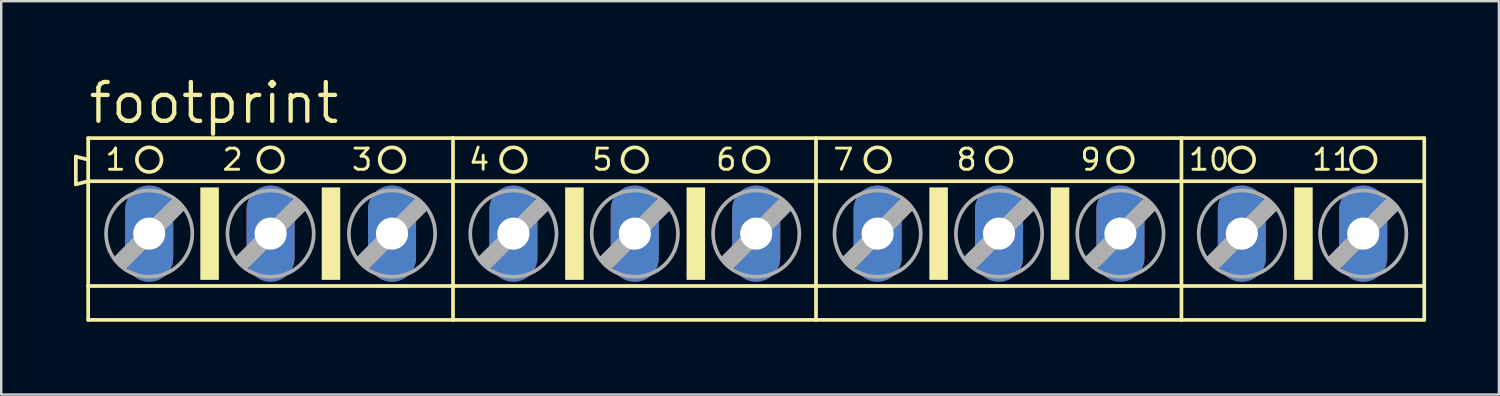
<source format=kicad_pcb>
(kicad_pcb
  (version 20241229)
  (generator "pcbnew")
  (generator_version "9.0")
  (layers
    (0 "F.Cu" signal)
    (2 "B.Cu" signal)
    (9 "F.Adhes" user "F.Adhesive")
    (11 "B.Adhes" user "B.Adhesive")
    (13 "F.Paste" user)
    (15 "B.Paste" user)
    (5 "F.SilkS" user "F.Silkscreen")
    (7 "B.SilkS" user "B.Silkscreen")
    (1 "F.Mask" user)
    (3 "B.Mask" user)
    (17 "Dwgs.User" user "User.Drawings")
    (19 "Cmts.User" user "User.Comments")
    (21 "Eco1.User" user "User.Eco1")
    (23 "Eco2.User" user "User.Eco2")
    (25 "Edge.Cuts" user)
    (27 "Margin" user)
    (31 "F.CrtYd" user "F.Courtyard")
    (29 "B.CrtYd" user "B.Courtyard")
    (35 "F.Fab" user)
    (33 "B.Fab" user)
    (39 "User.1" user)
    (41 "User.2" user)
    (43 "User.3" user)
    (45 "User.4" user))
  (footprint "footprint"
    (layer "F.Cu")
    (at 28.118 6.579)
    (property "Reference" "footprint" (at -27.61 -4.445 0) (layer "F.SilkS") (effects (font (size 1.6 1.6) (thickness 0.178)) (justify left bottom)))
    (fp_line (start -28.042 -3.175) (end -28.042 -2.032) (stroke (width 0.152) (type solid)) (layer "F.SilkS"))
    (fp_line (start -28.042 -2.032) (end -27.534 -2.159) (stroke (width 0.152) (type solid)) (layer "F.SilkS"))
    (fp_line (start -27.534 -3.048) (end -28.042 -3.175) (stroke (width 0.152) (type solid)) (layer "F.SilkS"))
    (fp_line (start -27.534 -3.048) (end -27.534 -3.937) (stroke (width 0.152) (type solid)) (layer "F.SilkS"))
    (fp_line (start -27.534 -2.159) (end -27.534 -3.048) (stroke (width 0.152) (type solid)) (layer "F.SilkS"))
    (fp_line (start -27.534 -2.159) (end -12.497 -2.159) (stroke (width 0.152) (type solid)) (layer "F.SilkS"))
    (fp_line (start -27.534 2.159) (end -27.534 -2.159) (stroke (width 0.152) (type solid)) (layer "F.SilkS"))
    (fp_line (start -27.534 2.159) (end -12.497 2.159) (stroke (width 0.152) (type solid)) (layer "F.SilkS"))
    (fp_line (start -27.534 3.556) (end -27.534 2.159) (stroke (width 0.152) (type solid)) (layer "F.SilkS"))
    (fp_line (start -27.534 3.556) (end -12.497 3.556) (stroke (width 0.152) (type solid)) (layer "F.SilkS"))
    (fp_line (start -12.497 -3.937) (end -27.534 -3.937) (stroke (width 0.152) (type solid)) (layer "F.SilkS"))
    (fp_line (start -12.497 -2.159) (end -12.497 -3.937) (stroke (width 0.152) (type solid)) (layer "F.SilkS"))
    (fp_line (start -12.497 -2.159) (end 2.464 -2.159) (stroke (width 0.152) (type solid)) (layer "F.SilkS"))
    (fp_line (start -12.497 2.159) (end -12.497 -2.159) (stroke (width 0.152) (type solid)) (layer "F.SilkS"))
    (fp_line (start -12.497 2.159) (end 2.464 2.159) (stroke (width 0.152) (type solid)) (layer "F.SilkS"))
    (fp_line (start -12.497 3.556) (end -12.497 2.159) (stroke (width 0.152) (type solid)) (layer "F.SilkS"))
    (fp_line (start -12.497 3.556) (end 2.464 3.556) (stroke (width 0.152) (type solid)) (layer "F.SilkS"))
    (fp_line (start 2.464 -3.937) (end -12.497 -3.937) (stroke (width 0.152) (type solid)) (layer "F.SilkS"))
    (fp_line (start 2.464 -2.159) (end 2.464 -3.937) (stroke (width 0.152) (type solid)) (layer "F.SilkS"))
    (fp_line (start 2.464 -2.159) (end 17.526 -2.159) (stroke (width 0.152) (type solid)) (layer "F.SilkS"))
    (fp_line (start 2.464 2.159) (end 2.464 -2.159) (stroke (width 0.152) (type solid)) (layer "F.SilkS"))
    (fp_line (start 2.464 2.159) (end 17.526 2.159) (stroke (width 0.152) (type solid)) (layer "F.SilkS"))
    (fp_line (start 2.464 3.556) (end 2.464 2.159) (stroke (width 0.152) (type solid)) (layer "F.SilkS"))
    (fp_line (start 2.464 3.556) (end 17.526 3.556) (stroke (width 0.152) (type solid)) (layer "F.SilkS"))
    (fp_line (start 17.526 -3.937) (end 2.464 -3.937) (stroke (width 0.152) (type solid)) (layer "F.SilkS"))
    (fp_line (start 17.526 -2.159) (end 17.526 -3.937) (stroke (width 0.152) (type solid)) (layer "F.SilkS"))
    (fp_line (start 17.526 -2.159) (end 27.534 -2.159) (stroke (width 0.152) (type solid)) (layer "F.SilkS"))
    (fp_line (start 17.526 2.159) (end 17.526 -2.159) (stroke (width 0.152) (type solid)) (layer "F.SilkS"))
    (fp_line (start 17.526 2.159) (end 27.534 2.159) (stroke (width 0.152) (type solid)) (layer "F.SilkS"))
    (fp_line (start 17.526 3.556) (end 17.526 2.159) (stroke (width 0.152) (type solid)) (layer "F.SilkS"))
    (fp_line (start 17.526 3.556) (end 27.534 3.556) (stroke (width 0.152) (type solid)) (layer "F.SilkS"))
    (fp_line (start 27.534 -3.937) (end 17.526 -3.937) (stroke (width 0.152) (type solid)) (layer "F.SilkS"))
    (fp_line (start 27.534 -3.937) (end 27.534 -2.159) (stroke (width 0.152) (type solid)) (layer "F.SilkS"))
    (fp_line (start 27.534 -2.159) (end 27.534 2.159) (stroke (width 0.152) (type solid)) (layer "F.SilkS"))
    (fp_line (start 27.534 2.159) (end 27.534 3.556) (stroke (width 0.152) (type solid)) (layer "F.SilkS"))
    (fp_circle (center -25.019 -3.048) (end -24.511 -3.048) (stroke (width 0.152) (type solid)) (fill no) (layer "F.SilkS"))
    (fp_circle (center -20.015 -3.048) (end -19.507 -3.048) (stroke (width 0.152) (type solid)) (fill no) (layer "F.SilkS"))
    (fp_circle (center -15.011 -3.048) (end -14.503 -3.048) (stroke (width 0.152) (type solid)) (fill no) (layer "F.SilkS"))
    (fp_circle (center -10.008 -3.048) (end -9.5 -3.048) (stroke (width 0.152) (type solid)) (fill no) (layer "F.SilkS"))
    (fp_circle (center -5.004 -3.048) (end -4.496 -3.048) (stroke (width 0.152) (type solid)) (fill no) (layer "F.SilkS"))
    (fp_circle (center 0 -3.048) (end 0.508 -3.048) (stroke (width 0.152) (type solid)) (fill no) (layer "F.SilkS"))
    (fp_circle (center 5.004 -3.048) (end 5.512 -3.048) (stroke (width 0.152) (type solid)) (fill no) (layer "F.SilkS"))
    (fp_circle (center 10.008 -3.048) (end 10.516 -3.048) (stroke (width 0.152) (type solid)) (fill no) (layer "F.SilkS"))
    (fp_circle (center 15.011 -3.048) (end 15.519 -3.048) (stroke (width 0.152) (type solid)) (fill no) (layer "F.SilkS"))
    (fp_circle (center 20.015 -3.048) (end 20.523 -3.048) (stroke (width 0.152) (type solid)) (fill no) (layer "F.SilkS"))
    (fp_circle (center 25.019 -3.048) (end 25.527 -3.048) (stroke (width 0.152) (type solid)) (fill no) (layer "F.SilkS"))
    (fp_poly (pts (xy -22.911 1.905) (xy -22.149 1.905) (xy -22.149 -1.905) (xy -22.911 -1.905)) (stroke (width 0) (type solid)) (fill yes) (layer "F.SilkS"))
    (fp_poly (pts (xy -17.907 1.905) (xy -17.145 1.905) (xy -17.145 -1.905) (xy -17.907 -1.905)) (stroke (width 0) (type solid)) (fill yes) (layer "F.SilkS"))
    (fp_poly (pts (xy -7.874 1.905) (xy -7.112 1.905) (xy -7.112 -1.905) (xy -7.874 -1.905)) (stroke (width 0) (type solid)) (fill yes) (layer "F.SilkS"))
    (fp_poly (pts (xy -2.87 1.905) (xy -2.108 1.905) (xy -2.108 -1.905) (xy -2.87 -1.905)) (stroke (width 0) (type solid)) (fill yes) (layer "F.SilkS"))
    (fp_poly (pts (xy 7.137 1.905) (xy 7.899 1.905) (xy 7.899 -1.905) (xy 7.137 -1.905)) (stroke (width 0) (type solid)) (fill yes) (layer "F.SilkS"))
    (fp_poly (pts (xy 12.141 1.905) (xy 12.903 1.905) (xy 12.903 -1.905) (xy 12.141 -1.905)) (stroke (width 0) (type solid)) (fill yes) (layer "F.SilkS"))
    (fp_poly (pts (xy 22.174 1.905) (xy 22.936 1.905) (xy 22.936 -1.905) (xy 22.174 -1.905)) (stroke (width 0) (type solid)) (fill yes) (layer "F.SilkS"))
    (fp_line (start -26.416 1.016) (end -26.035 1.397) (stroke (width 0.152) (type solid)) (layer "F.Fab"))
    (fp_line (start -26.416 1.016) (end -24.003 -1.397) (stroke (width 0.152) (type solid)) (layer "F.Fab"))
    (fp_line (start -26.035 1.016) (end -24.003 -1.016) (stroke (width 0.61) (type solid)) (layer "F.Fab"))
    (fp_line (start -26.035 1.397) (end -23.622 -1.016) (stroke (width 0.152) (type solid)) (layer "F.Fab"))
    (fp_line (start -24.003 -1.397) (end -23.622 -1.016) (stroke (width 0.152) (type solid)) (layer "F.Fab"))
    (fp_line (start -21.412 1.016) (end -21.031 1.397) (stroke (width 0.152) (type solid)) (layer "F.Fab"))
    (fp_line (start -21.412 1.016) (end -18.999 -1.397) (stroke (width 0.152) (type solid)) (layer "F.Fab"))
    (fp_line (start -21.031 1.016) (end -18.999 -1.016) (stroke (width 0.61) (type solid)) (layer "F.Fab"))
    (fp_line (start -21.031 1.397) (end -18.618 -1.016) (stroke (width 0.152) (type solid)) (layer "F.Fab"))
    (fp_line (start -18.999 -1.397) (end -18.618 -1.016) (stroke (width 0.152) (type solid)) (layer "F.Fab"))
    (fp_line (start -16.408 1.016) (end -16.027 1.397) (stroke (width 0.152) (type solid)) (layer "F.Fab"))
    (fp_line (start -16.408 1.016) (end -13.995 -1.397) (stroke (width 0.152) (type solid)) (layer "F.Fab"))
    (fp_line (start -16.027 1.016) (end -13.995 -1.016) (stroke (width 0.61) (type solid)) (layer "F.Fab"))
    (fp_line (start -16.027 1.397) (end -13.614 -1.016) (stroke (width 0.152) (type solid)) (layer "F.Fab"))
    (fp_line (start -13.995 -1.397) (end -13.614 -1.016) (stroke (width 0.152) (type solid)) (layer "F.Fab"))
    (fp_line (start -11.405 1.016) (end -11.024 1.397) (stroke (width 0.152) (type solid)) (layer "F.Fab"))
    (fp_line (start -11.405 1.016) (end -8.992 -1.397) (stroke (width 0.152) (type solid)) (layer "F.Fab"))
    (fp_line (start -11.024 1.016) (end -8.992 -1.016) (stroke (width 0.61) (type solid)) (layer "F.Fab"))
    (fp_line (start -11.024 1.397) (end -8.611 -1.016) (stroke (width 0.152) (type solid)) (layer "F.Fab"))
    (fp_line (start -8.992 -1.397) (end -8.611 -1.016) (stroke (width 0.152) (type solid)) (layer "F.Fab"))
    (fp_line (start -6.401 1.016) (end -6.02 1.397) (stroke (width 0.152) (type solid)) (layer "F.Fab"))
    (fp_line (start -6.401 1.016) (end -3.988 -1.397) (stroke (width 0.152) (type solid)) (layer "F.Fab"))
    (fp_line (start -6.02 1.016) (end -3.988 -1.016) (stroke (width 0.61) (type solid)) (layer "F.Fab"))
    (fp_line (start -6.02 1.397) (end -3.607 -1.016) (stroke (width 0.152) (type solid)) (layer "F.Fab"))
    (fp_line (start -3.988 -1.397) (end -3.607 -1.016) (stroke (width 0.152) (type solid)) (layer "F.Fab"))
    (fp_line (start -1.397 1.016) (end -1.016 1.397) (stroke (width 0.152) (type solid)) (layer "F.Fab"))
    (fp_line (start -1.397 1.016) (end 1.016 -1.397) (stroke (width 0.152) (type solid)) (layer "F.Fab"))
    (fp_line (start -1.016 1.016) (end 1.016 -1.016) (stroke (width 0.61) (type solid)) (layer "F.Fab"))
    (fp_line (start -1.016 1.397) (end 1.397 -1.016) (stroke (width 0.152) (type solid)) (layer "F.Fab"))
    (fp_line (start 1.016 -1.397) (end 1.397 -1.016) (stroke (width 0.152) (type solid)) (layer "F.Fab"))
    (fp_line (start 3.607 1.016) (end 3.988 1.397) (stroke (width 0.152) (type solid)) (layer "F.Fab"))
    (fp_line (start 3.607 1.016) (end 6.02 -1.397) (stroke (width 0.152) (type solid)) (layer "F.Fab"))
    (fp_line (start 3.988 1.016) (end 6.02 -1.016) (stroke (width 0.61) (type solid)) (layer "F.Fab"))
    (fp_line (start 3.988 1.397) (end 6.401 -1.016) (stroke (width 0.152) (type solid)) (layer "F.Fab"))
    (fp_line (start 6.02 -1.397) (end 6.401 -1.016) (stroke (width 0.152) (type solid)) (layer "F.Fab"))
    (fp_line (start 8.611 1.016) (end 8.992 1.397) (stroke (width 0.152) (type solid)) (layer "F.Fab"))
    (fp_line (start 8.611 1.016) (end 11.024 -1.397) (stroke (width 0.152) (type solid)) (layer "F.Fab"))
    (fp_line (start 8.992 1.016) (end 11.024 -1.016) (stroke (width 0.61) (type solid)) (layer "F.Fab"))
    (fp_line (start 8.992 1.397) (end 11.405 -1.016) (stroke (width 0.152) (type solid)) (layer "F.Fab"))
    (fp_line (start 11.024 -1.397) (end 11.405 -1.016) (stroke (width 0.152) (type solid)) (layer "F.Fab"))
    (fp_line (start 13.614 1.016) (end 13.995 1.397) (stroke (width 0.152) (type solid)) (layer "F.Fab"))
    (fp_line (start 13.614 1.016) (end 16.027 -1.397) (stroke (width 0.152) (type solid)) (layer "F.Fab"))
    (fp_line (start 13.995 1.016) (end 16.027 -1.016) (stroke (width 0.61) (type solid)) (layer "F.Fab"))
    (fp_line (start 13.995 1.397) (end 16.408 -1.016) (stroke (width 0.152) (type solid)) (layer "F.Fab"))
    (fp_line (start 16.027 -1.397) (end 16.408 -1.016) (stroke (width 0.152) (type solid)) (layer "F.Fab"))
    (fp_line (start 18.618 1.016) (end 18.999 1.397) (stroke (width 0.152) (type solid)) (layer "F.Fab"))
    (fp_line (start 18.618 1.016) (end 21.031 -1.397) (stroke (width 0.152) (type solid)) (layer "F.Fab"))
    (fp_line (start 18.999 1.016) (end 21.031 -1.016) (stroke (width 0.61) (type solid)) (layer "F.Fab"))
    (fp_line (start 18.999 1.397) (end 21.412 -1.016) (stroke (width 0.152) (type solid)) (layer "F.Fab"))
    (fp_line (start 21.031 -1.397) (end 21.412 -1.016) (stroke (width 0.152) (type solid)) (layer "F.Fab"))
    (fp_line (start 23.622 1.016) (end 24.003 1.397) (stroke (width 0.152) (type solid)) (layer "F.Fab"))
    (fp_line (start 23.622 1.016) (end 26.035 -1.397) (stroke (width 0.152) (type solid)) (layer "F.Fab"))
    (fp_line (start 24.003 1.016) (end 26.035 -1.016) (stroke (width 0.61) (type solid)) (layer "F.Fab"))
    (fp_line (start 24.003 1.397) (end 26.416 -1.016) (stroke (width 0.152) (type solid)) (layer "F.Fab"))
    (fp_line (start 26.035 -1.397) (end 26.416 -1.016) (stroke (width 0.152) (type solid)) (layer "F.Fab"))
    (fp_circle (center -25.019 0) (end -23.241 0) (stroke (width 0.152) (type solid)) (fill no) (layer "F.Fab"))
    (fp_circle (center -20.015 0) (end -18.237 0) (stroke (width 0.152) (type solid)) (fill no) (layer "F.Fab"))
    (fp_circle (center -15.011 0) (end -13.233 0) (stroke (width 0.152) (type solid)) (fill no) (layer "F.Fab"))
    (fp_circle (center -10.008 0) (end -8.23 0) (stroke (width 0.152) (type solid)) (fill no) (layer "F.Fab"))
    (fp_circle (center -5.004 0) (end -3.226 0) (stroke (width 0.152) (type solid)) (fill no) (layer "F.Fab"))
    (fp_circle (center 0 0) (end 1.778 0) (stroke (width 0.152) (type solid)) (fill no) (layer "F.Fab"))
    (fp_circle (center 5.004 0) (end 6.782 0) (stroke (width 0.152) (type solid)) (fill no) (layer "F.Fab"))
    (fp_circle (center 10.008 0) (end 11.786 0) (stroke (width 0.152) (type solid)) (fill no) (layer "F.Fab"))
    (fp_circle (center 15.011 0) (end 16.789 0) (stroke (width 0.152) (type solid)) (fill no) (layer "F.Fab"))
    (fp_circle (center 20.015 0) (end 21.793 0) (stroke (width 0.152) (type solid)) (fill no) (layer "F.Fab"))
    (fp_circle (center 25.019 0) (end 26.797 0) (stroke (width 0.152) (type solid)) (fill no) (layer "F.Fab"))
    (fp_text user "2" (at -22.073 -2.54 0) (layer "F.SilkS") (effects (font (size 0.872 0.872) (thickness 0.119)) (justify left bottom)))
    (fp_text user "3" (at -16.739 -2.54 0) (layer "F.SilkS") (effects (font (size 0.872 0.872) (thickness 0.119)) (justify left bottom)))
    (fp_text user "5" (at -6.833 -2.54 0) (layer "F.SilkS") (effects (font (size 0.872 0.872) (thickness 0.119)) (justify left bottom)))
    (fp_text user "9" (at 13.284 -2.54 0) (layer "F.SilkS") (effects (font (size 0.872 0.872) (thickness 0.119)) (justify left bottom)))
    (fp_text user "10" (at 17.755 -2.54 0) (layer "F.SilkS") (effects (font (size 0.872 0.872) (thickness 0.119)) (justify left bottom)))
    (fp_text user "7" (at 3.099 -2.54 0) (layer "F.SilkS") (effects (font (size 0.872 0.872) (thickness 0.119)) (justify left bottom)))
    (fp_text user "4" (at -11.913 -2.54 0) (layer "F.SilkS") (effects (font (size 0.872 0.872) (thickness 0.119)) (justify left bottom)))
    (fp_text user "11" (at 22.835 -2.54 0) (layer "F.SilkS") (effects (font (size 0.872 0.872) (thickness 0.119)) (justify left bottom)))
    (fp_text user "1" (at -26.899 -2.54 0) (layer "F.SilkS") (effects (font (size 0.872 0.872) (thickness 0.119)) (justify left bottom)))
    (fp_text user "8" (at 8.179 -2.54 0) (layer "F.SilkS") (effects (font (size 0.872 0.872) (thickness 0.119)) (justify left bottom)))
    (fp_text user "6" (at -1.727 -2.54 0) (layer "F.SilkS") (effects (font (size 0.872 0.872) (thickness 0.119)) (justify left bottom)))
    (pad "1" thru_hole oval (at -25.019 0 90) (size 3.962 1.981) (drill 1.321) (layers "*.Cu" "*.Mask"))
    (pad "2" thru_hole oval (at -20.015 0 90) (size 3.962 1.981) (drill 1.321) (layers "*.Cu" "*.Mask"))
    (pad "3" thru_hole oval (at -15.011 0 90) (size 3.962 1.981) (drill 1.321) (layers "*.Cu" "*.Mask"))
    (pad "4" thru_hole oval (at -10.008 0 90) (size 3.962 1.981) (drill 1.321) (layers "*.Cu" "*.Mask"))
    (pad "5" thru_hole oval (at -5.004 0 90) (size 3.962 1.981) (drill 1.321) (layers "*.Cu" "*.Mask"))
    (pad "6" thru_hole oval (at 0 0 90) (size 3.962 1.981) (drill 1.321) (layers "*.Cu" "*.Mask"))
    (pad "7" thru_hole oval (at 5.004 0 90) (size 3.962 1.981) (drill 1.321) (layers "*.Cu" "*.Mask"))
    (pad "8" thru_hole oval (at 10.008 0 90) (size 3.962 1.981) (drill 1.321) (layers "*.Cu" "*.Mask"))
    (pad "9" thru_hole oval (at 15.011 0 90) (size 3.962 1.981) (drill 1.321) (layers "*.Cu" "*.Mask"))
    (pad "10" thru_hole oval (at 20.015 0 90) (size 3.962 1.981) (drill 1.321) (layers "*.Cu" "*.Mask"))
    (pad "11" thru_hole oval (at 25.019 0 90) (size 3.962 1.981) (drill 1.321) (layers "*.Cu" "*.Mask")))
  (gr_rect
    (start -3 -3)
    (end 58.728 13.211)
    (stroke (width 0.1) (type default))
    (fill no)
    (layer "Edge.Cuts")))
</source>
